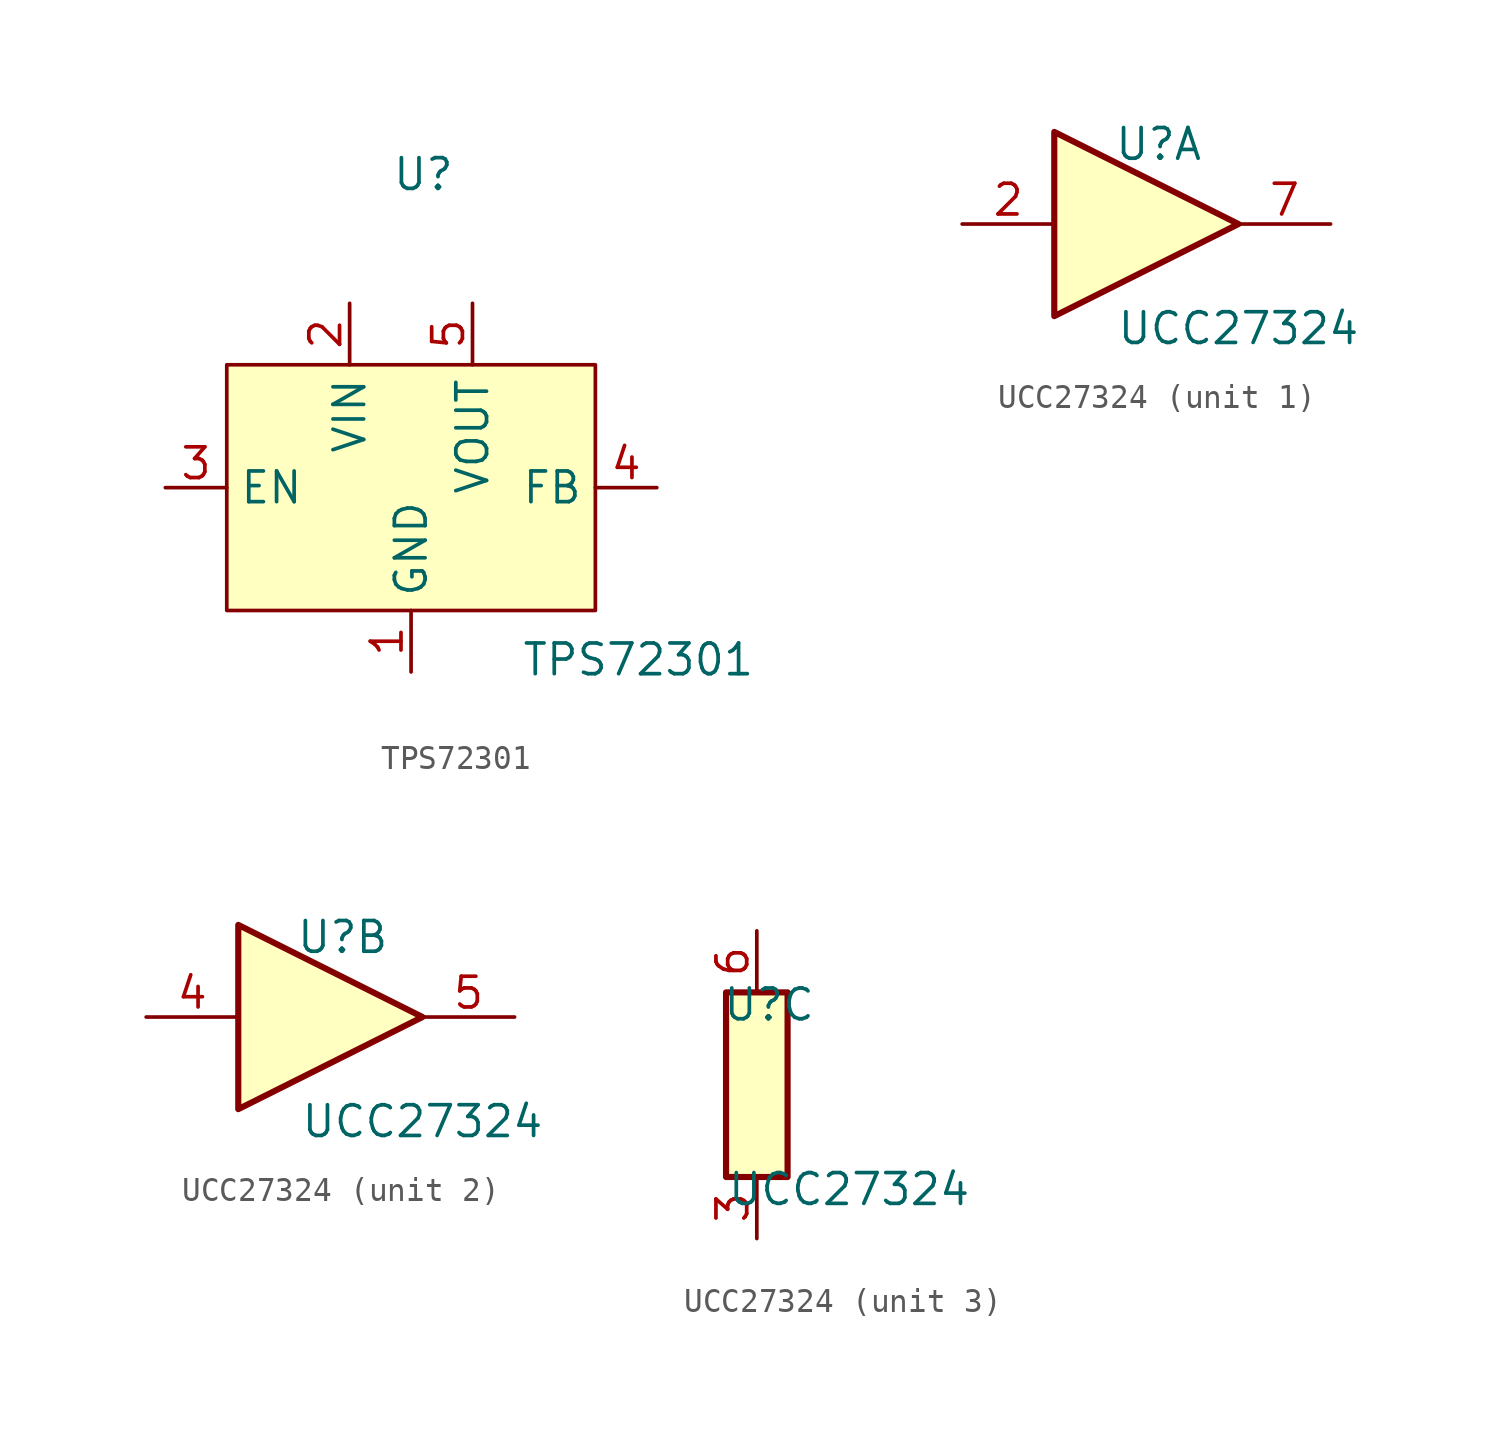
<source format=kicad_sym>
(kicad_symbol_lib
  (version 20241209)
  (generator "kicad_symbol_editor")
  (generator_version "9.0")
  (symbol "TPS72301"
    (property "Reference" "U"
      (at 0.508 7.874 0)
      (effects (font (size 1.27 1.27))))
    (property "Value" "TPS72301"
      (at 9.398 -12.192 0)
      (effects (font (size 1.27 1.27))))
    (symbol "TPS72301_1_0"
      (pin input line (at -10.16 -5.08 0) (length 2.54) (name "EN" (effects (font (size 1.27 1.27)))) (number "3" (effects (font (size 1.27 1.27)))))
      (pin power_in line (at -2.54 2.54 270) (length 2.54) (name "VIN" (effects (font (size 1.27 1.27)))) (number "2" (effects (font (size 1.27 1.27)))))
      (pin power_in line (at 0 -12.7 90) (length 2.54) (name "GND" (effects (font (size 1.27 1.27)))) (number "1" (effects (font (size 1.27 1.27)))))
      (pin power_out line (at 2.54 2.54 270) (length 2.54) (name "VOUT" (effects (font (size 1.27 1.27)))) (number "5" (effects (font (size 1.27 1.27)))))
      (pin passive line (at 10.16 -5.08 180) (length 2.54) (name "FB" (effects (font (size 1.27 1.27)))) (number "4" (effects (font (size 1.27 1.27))))))
    (symbol "TPS72301_1_1"
      (rectangle (start -7.62 0) (end 7.62 -10.16) (stroke (width 0) (type default)) (fill (type background)))))
  (symbol "UCC27324"
    (pin_names
      (offset 0)
      (hide yes))
    (property "Reference" "U"
      (at 0.508 3.302 0)
      (effects (font (size 1.27 1.27))))
    (property "Value" "UCC27324"
      (at 3.81 -4.318 0)
      (effects (font (size 1.27 1.27))))
    (property "ki_locked" ""
      (at 0 0 0)
      (effects (font (size 1.27 1.27))))
    (symbol "UCC27324_1_0"
      (polyline (pts (xy -3.81 -3.81) (xy -3.81 3.81) (xy 3.81 0) (xy -3.81 -3.81)) (stroke (width 0.254) (type default)) (fill (type background)))
      (pin input line (at -7.62 0 0) (length 3.81) (name "INA" (effects (font (size 1.27 1.27)))) (number "2" (effects (font (size 1.27 1.27)))))
      (pin output line (at 7.62 0 180) (length 3.81) (name "OUTA" (effects (font (size 1.27 1.27)))) (number "7" (effects (font (size 1.27 1.27))))))
    (symbol "UCC27324_2_0"
      (polyline (pts (xy -3.81 -3.81) (xy -3.81 3.81) (xy 3.81 0) (xy -3.81 -3.81)) (stroke (width 0.254) (type default)) (fill (type background)))
      (pin input line (at -7.62 0 0) (length 3.81) (name "INB" (effects (font (size 1.27 1.27)))) (number "4" (effects (font (size 1.27 1.27)))))
      (pin output line (at 7.62 0 180) (length 3.81) (name "OUTB" (effects (font (size 1.27 1.27)))) (number "5" (effects (font (size 1.27 1.27))))))
    (symbol "UCC27324_3_0"
      (rectangle (start -1.27 3.81) (end 1.27 -3.81) (stroke (width 0.254) (type default)) (fill (type background)))
      (pin power_in line (at 0 6.35 270) (length 2.54) (name "VDD" (effects (font (size 1.27 1.27)))) (number "6" (effects (font (size 1.27 1.27)))))
      (pin power_in line (at 0 -6.35 90) (length 2.54) (name "GND" (effects (font (size 1.27 1.27)))) (number "3" (effects (font (size 1.27 1.27))))))))
</source>
